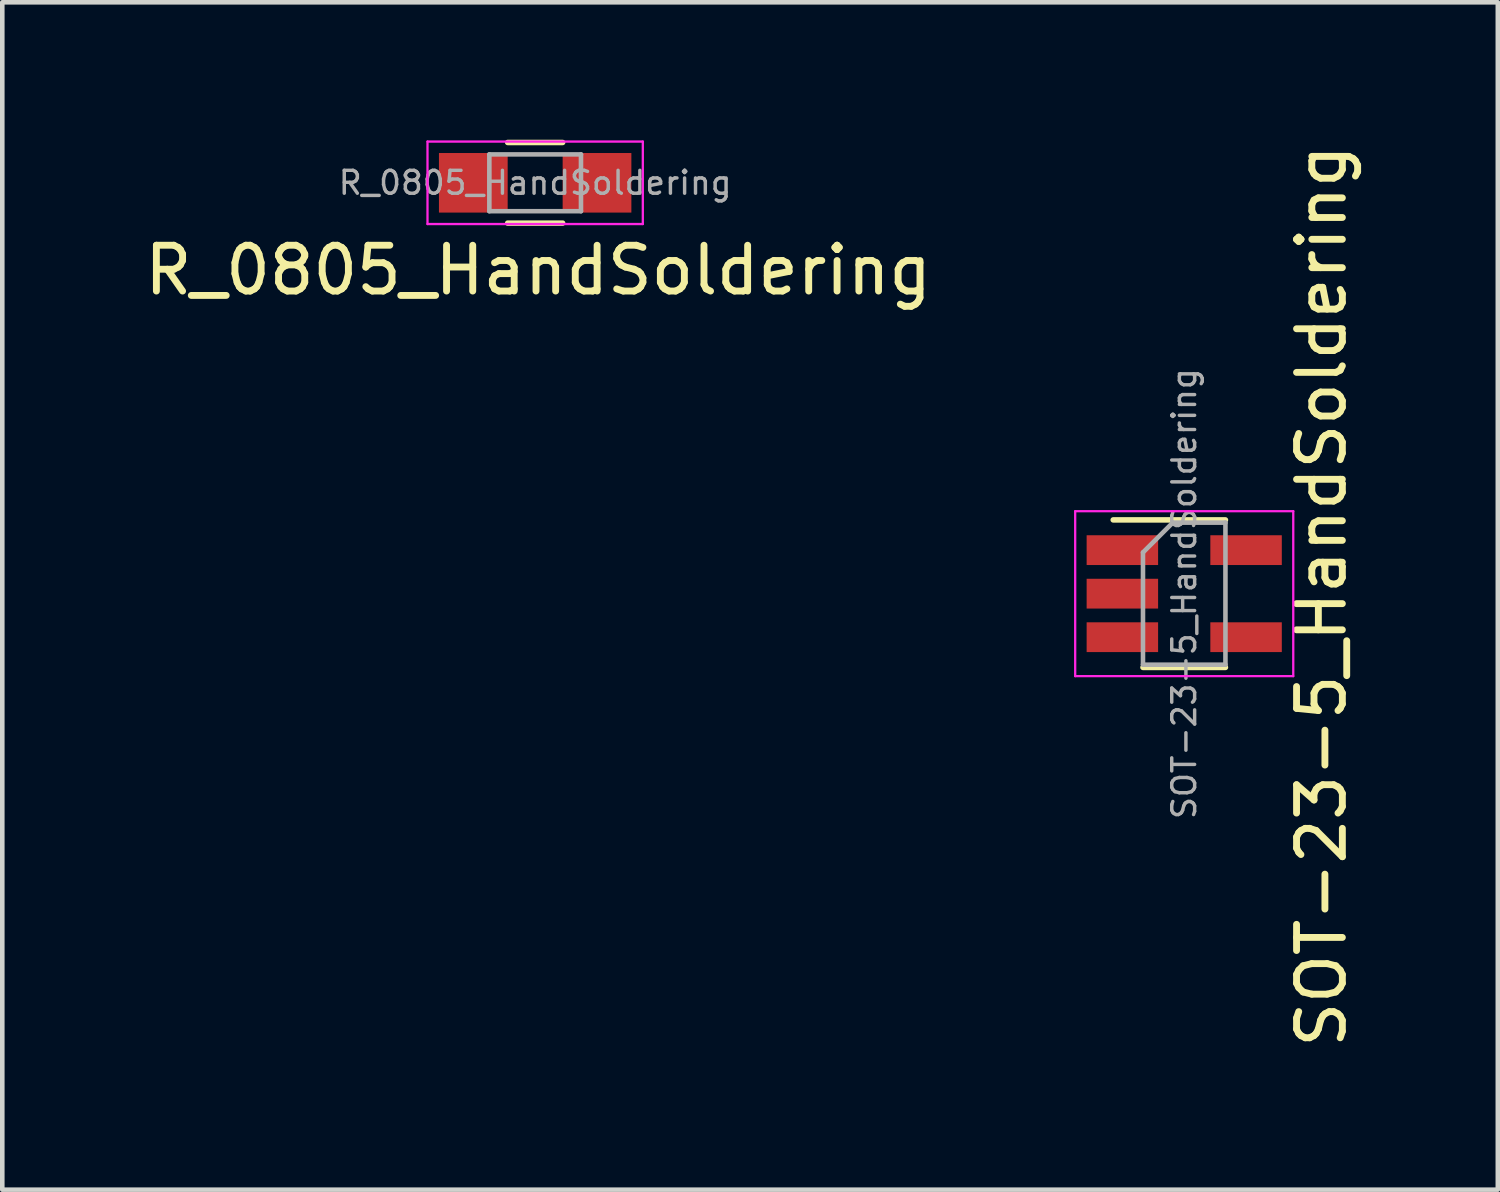
<source format=kicad_pcb>
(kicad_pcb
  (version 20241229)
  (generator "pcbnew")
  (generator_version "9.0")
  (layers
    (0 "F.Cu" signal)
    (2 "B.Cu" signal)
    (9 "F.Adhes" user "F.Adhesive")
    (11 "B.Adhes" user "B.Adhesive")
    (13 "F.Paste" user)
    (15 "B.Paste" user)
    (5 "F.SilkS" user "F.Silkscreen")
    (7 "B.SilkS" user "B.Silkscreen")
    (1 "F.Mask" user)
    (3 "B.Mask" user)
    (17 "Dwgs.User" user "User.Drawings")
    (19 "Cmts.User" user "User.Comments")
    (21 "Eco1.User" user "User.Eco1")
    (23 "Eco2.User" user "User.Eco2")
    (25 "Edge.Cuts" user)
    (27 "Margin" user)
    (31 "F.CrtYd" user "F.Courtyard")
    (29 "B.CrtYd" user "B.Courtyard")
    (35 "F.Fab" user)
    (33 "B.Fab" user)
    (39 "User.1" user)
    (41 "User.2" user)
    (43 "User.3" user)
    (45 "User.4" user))
  (footprint "SOT-23-5_HandSoldering"
    (layer "F.Cu")
    (at 22.798 9.908)
    (property "Reference" "SOT-23-5_HandSoldering" (at 2.997 0.051 90) (layer "F.SilkS") (effects (font (size 1 1) (thickness 0.15))))
    (attr smd)
    (fp_line (start -0.9 1.61) (end 0.9 1.61) (stroke (width 0.12) (type solid)) (layer "F.SilkS"))
    (fp_line (start 0.9 -1.61) (end -1.55 -1.61) (stroke (width 0.12) (type solid)) (layer "F.SilkS"))
    (fp_line (start -2.38 -1.8) (end -2.38 1.8) (stroke (width 0.05) (type solid)) (layer "F.CrtYd"))
    (fp_line (start -2.38 -1.8) (end 2.38 -1.8) (stroke (width 0.05) (type solid)) (layer "F.CrtYd"))
    (fp_line (start 2.38 1.8) (end -2.38 1.8) (stroke (width 0.05) (type solid)) (layer "F.CrtYd"))
    (fp_line (start 2.38 1.8) (end 2.38 -1.8) (stroke (width 0.05) (type solid)) (layer "F.CrtYd"))
    (fp_line (start -0.9 -0.9) (end -0.9 1.55) (stroke (width 0.1) (type solid)) (layer "F.Fab"))
    (fp_line (start -0.9 -0.9) (end -0.25 -1.55) (stroke (width 0.1) (type solid)) (layer "F.Fab"))
    (fp_line (start 0.9 -1.55) (end -0.25 -1.55) (stroke (width 0.1) (type solid)) (layer "F.Fab"))
    (fp_line (start 0.9 -1.55) (end 0.9 1.55) (stroke (width 0.1) (type solid)) (layer "F.Fab"))
    (fp_line (start 0.9 1.55) (end -0.9 1.55) (stroke (width 0.1) (type solid)) (layer "F.Fab"))
    (fp_text user "${REFERENCE}" (at 0 0 90) (layer "F.Fab") (effects (font (size 0.5 0.5) (thickness 0.075))))
    (pad "1" smd rect (at -1.35 -0.95) (size 1.56 0.65) (layers "F.Cu" "F.Mask" "F.Paste"))
    (pad "2" smd rect (at -1.35 0) (size 1.56 0.65) (layers "F.Cu" "F.Mask" "F.Paste"))
    (pad "3" smd rect (at -1.35 0.95) (size 1.56 0.65) (layers "F.Cu" "F.Mask" "F.Paste"))
    (pad "4" smd rect (at 1.35 0.95) (size 1.56 0.65) (layers "F.Cu" "F.Mask" "F.Paste"))
    (pad "5" smd rect (at 1.35 -0.95) (size 1.56 0.65) (layers "F.Cu" "F.Mask" "F.Paste")))
  (footprint "R_0805_HandSoldering"
    (layer "F.Cu")
    (at 8.631 0.94)
    (property "Reference" "R_0805_HandSoldering" (at 0.066 1.908 0) (layer "F.SilkS") (effects (font (size 1 1) (thickness 0.15))))
    (attr smd)
    (fp_line (start -0.6 -0.88) (end 0.6 -0.88) (stroke (width 0.12) (type solid)) (layer "F.SilkS"))
    (fp_line (start 0.6 0.88) (end -0.6 0.88) (stroke (width 0.12) (type solid)) (layer "F.SilkS"))
    (fp_line (start -2.35 -0.9) (end -2.35 0.9) (stroke (width 0.05) (type solid)) (layer "F.CrtYd"))
    (fp_line (start -2.35 -0.9) (end 2.35 -0.9) (stroke (width 0.05) (type solid)) (layer "F.CrtYd"))
    (fp_line (start 2.35 0.9) (end -2.35 0.9) (stroke (width 0.05) (type solid)) (layer "F.CrtYd"))
    (fp_line (start 2.35 0.9) (end 2.35 -0.9) (stroke (width 0.05) (type solid)) (layer "F.CrtYd"))
    (fp_line (start -1 -0.62) (end 1 -0.62) (stroke (width 0.1) (type solid)) (layer "F.Fab"))
    (fp_line (start -1 0.62) (end -1 -0.62) (stroke (width 0.1) (type solid)) (layer "F.Fab"))
    (fp_line (start 1 -0.62) (end 1 0.62) (stroke (width 0.1) (type solid)) (layer "F.Fab"))
    (fp_line (start 1 0.62) (end -1 0.62) (stroke (width 0.1) (type solid)) (layer "F.Fab"))
    (fp_text user "${REFERENCE}" (at 0 0 0) (layer "F.Fab") (effects (font (size 0.5 0.5) (thickness 0.075))))
    (pad "1" smd rect (at -1.35 0) (size 1.5 1.3) (layers "F.Cu" "F.Mask" "F.Paste"))
    (pad "2" smd rect (at 1.35 0) (size 1.5 1.3) (layers "F.Cu" "F.Mask" "F.Paste")))
  (gr_rect
    (start -3 -3)
    (end 29.643 22.917)
    (stroke (width 0.1) (type default))
    (fill no)
    (layer "Edge.Cuts")))
</source>
